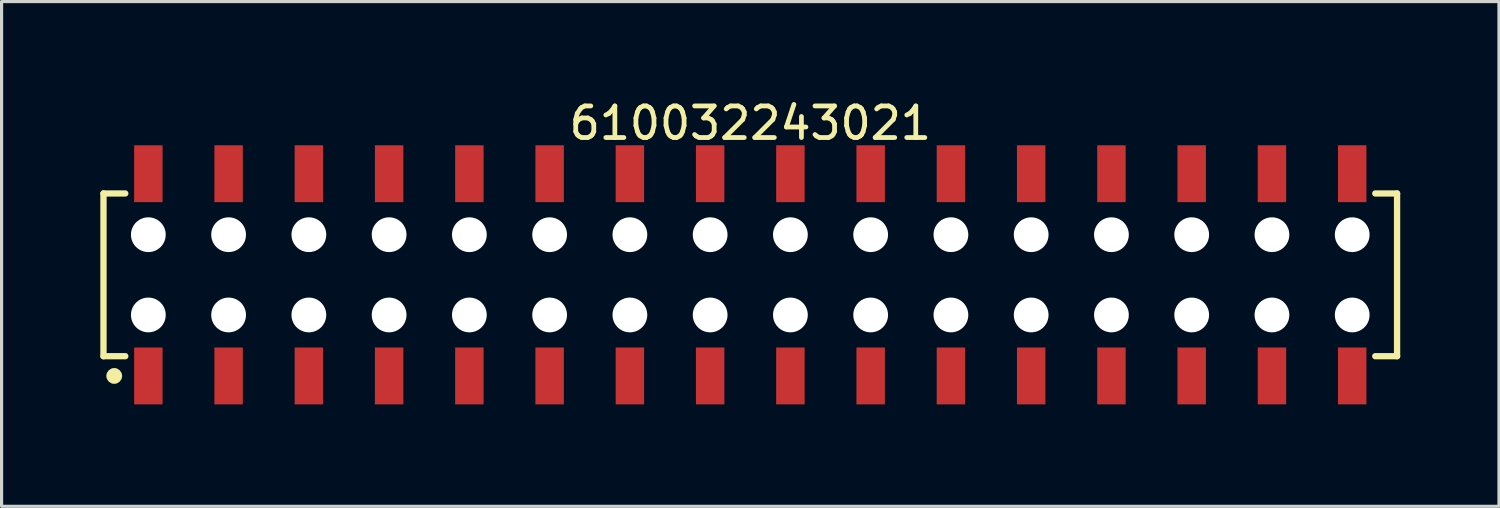
<source format=kicad_pcb>
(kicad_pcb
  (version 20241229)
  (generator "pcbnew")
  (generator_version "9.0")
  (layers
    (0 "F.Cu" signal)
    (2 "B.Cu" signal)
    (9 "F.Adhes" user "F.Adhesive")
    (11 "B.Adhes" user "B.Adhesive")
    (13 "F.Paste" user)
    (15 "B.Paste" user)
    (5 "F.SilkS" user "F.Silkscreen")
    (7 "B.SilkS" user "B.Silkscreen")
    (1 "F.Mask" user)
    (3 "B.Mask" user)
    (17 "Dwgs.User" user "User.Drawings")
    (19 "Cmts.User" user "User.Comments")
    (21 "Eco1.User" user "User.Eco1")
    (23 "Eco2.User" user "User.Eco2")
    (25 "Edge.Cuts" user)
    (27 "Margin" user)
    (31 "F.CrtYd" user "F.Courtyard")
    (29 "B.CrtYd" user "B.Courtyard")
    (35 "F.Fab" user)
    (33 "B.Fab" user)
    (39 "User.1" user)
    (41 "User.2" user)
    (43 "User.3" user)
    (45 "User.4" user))
  (footprint "610032243021"
    (layer "F.Cu")
    (at 20.695 5.648)
    (property "Reference" "610032243021" (at 0 -4.8 0) (layer "F.SilkS") (effects (font (size 1 1) (thickness 0.15))))
    (fp_line (start -20.47 -2.575) (end -19.78 -2.575) (stroke (width 0.2) (type solid)) (layer "F.SilkS"))
    (fp_line (start -20.47 2.575) (end -20.47 -2.575) (stroke (width 0.2) (type solid)) (layer "F.SilkS"))
    (fp_line (start -20.47 2.575) (end -19.78 2.575) (stroke (width 0.2) (type solid)) (layer "F.SilkS"))
    (fp_line (start 19.78 -2.575) (end 20.47 -2.575) (stroke (width 0.2) (type solid)) (layer "F.SilkS"))
    (fp_line (start 19.78 2.575) (end 20.47 2.575) (stroke (width 0.2) (type solid)) (layer "F.SilkS"))
    (fp_line (start 20.47 2.575) (end 20.47 -2.575) (stroke (width 0.2) (type solid)) (layer "F.SilkS"))
    (fp_circle (center -20.13 3.2) (end -20.13 3.075) (stroke (width 0.25) (type solid)) (fill no) (layer "F.SilkS"))
    (fp_line (start -20.67 -4.3) (end 20.67 -4.3) (stroke (width 0.05) (type solid)) (layer "Eco2.User"))
    (fp_line (start -20.67 4.3) (end -20.67 -4.3) (stroke (width 0.05) (type solid)) (layer "Eco2.User"))
    (fp_line (start -20.67 4.3) (end 20.67 4.3) (stroke (width 0.05) (type solid)) (layer "Eco2.User"))
    (fp_line (start -20.32 -2.5) (end 20.32 -2.5) (stroke (width 0.1) (type solid)) (layer "Eco2.User"))
    (fp_line (start -20.32 2.5) (end -20.32 -2.5) (stroke (width 0.1) (type solid)) (layer "Eco2.User"))
    (fp_line (start -20.32 2.5) (end 20.32 2.5) (stroke (width 0.1) (type solid)) (layer "Eco2.User"))
    (fp_line (start -19.3 -3.6) (end -18.8 -3.6) (stroke (width 0.1) (type solid)) (layer "Eco2.User"))
    (fp_line (start -19.3 -2.5) (end -19.3 -3.6) (stroke (width 0.1) (type solid)) (layer "Eco2.User"))
    (fp_line (start -19.3 3.6) (end -19.3 2.5) (stroke (width 0.1) (type solid)) (layer "Eco2.User"))
    (fp_line (start -19.3 3.6) (end -18.8 3.6) (stroke (width 0.1) (type solid)) (layer "Eco2.User"))
    (fp_line (start -18.8 -2.5) (end -18.8 -3.6) (stroke (width 0.1) (type solid)) (layer "Eco2.User"))
    (fp_line (start -18.8 3.6) (end -18.8 2.5) (stroke (width 0.1) (type solid)) (layer "Eco2.User"))
    (fp_line (start -16.76 -3.6) (end -16.26 -3.6) (stroke (width 0.1) (type solid)) (layer "Eco2.User"))
    (fp_line (start -16.76 -2.5) (end -16.76 -3.6) (stroke (width 0.1) (type solid)) (layer "Eco2.User"))
    (fp_line (start -16.76 3.6) (end -16.76 2.5) (stroke (width 0.1) (type solid)) (layer "Eco2.User"))
    (fp_line (start -16.76 3.6) (end -16.26 3.6) (stroke (width 0.1) (type solid)) (layer "Eco2.User"))
    (fp_line (start -16.26 -2.5) (end -16.26 -3.6) (stroke (width 0.1) (type solid)) (layer "Eco2.User"))
    (fp_line (start -16.26 3.6) (end -16.26 2.5) (stroke (width 0.1) (type solid)) (layer "Eco2.User"))
    (fp_line (start -14.22 -3.6) (end -13.72 -3.6) (stroke (width 0.1) (type solid)) (layer "Eco2.User"))
    (fp_line (start -14.22 -2.5) (end -14.22 -3.6) (stroke (width 0.1) (type solid)) (layer "Eco2.User"))
    (fp_line (start -14.22 3.6) (end -14.22 2.5) (stroke (width 0.1) (type solid)) (layer "Eco2.User"))
    (fp_line (start -14.22 3.6) (end -13.72 3.6) (stroke (width 0.1) (type solid)) (layer "Eco2.User"))
    (fp_line (start -13.72 -2.5) (end -13.72 -3.6) (stroke (width 0.1) (type solid)) (layer "Eco2.User"))
    (fp_line (start -13.72 3.6) (end -13.72 2.5) (stroke (width 0.1) (type solid)) (layer "Eco2.User"))
    (fp_line (start -11.68 -3.6) (end -11.18 -3.6) (stroke (width 0.1) (type solid)) (layer "Eco2.User"))
    (fp_line (start -11.68 -2.5) (end -11.68 -3.6) (stroke (width 0.1) (type solid)) (layer "Eco2.User"))
    (fp_line (start -11.68 3.6) (end -11.68 2.5) (stroke (width 0.1) (type solid)) (layer "Eco2.User"))
    (fp_line (start -11.68 3.6) (end -11.18 3.6) (stroke (width 0.1) (type solid)) (layer "Eco2.User"))
    (fp_line (start -11.18 -2.5) (end -11.18 -3.6) (stroke (width 0.1) (type solid)) (layer "Eco2.User"))
    (fp_line (start -11.18 3.6) (end -11.18 2.5) (stroke (width 0.1) (type solid)) (layer "Eco2.User"))
    (fp_line (start -9.14 -3.6) (end -8.64 -3.6) (stroke (width 0.1) (type solid)) (layer "Eco2.User"))
    (fp_line (start -9.14 -2.5) (end -9.14 -3.6) (stroke (width 0.1) (type solid)) (layer "Eco2.User"))
    (fp_line (start -9.14 3.6) (end -9.14 2.5) (stroke (width 0.1) (type solid)) (layer "Eco2.User"))
    (fp_line (start -9.14 3.6) (end -8.64 3.6) (stroke (width 0.1) (type solid)) (layer "Eco2.User"))
    (fp_line (start -8.64 -2.5) (end -8.64 -3.6) (stroke (width 0.1) (type solid)) (layer "Eco2.User"))
    (fp_line (start -8.64 3.6) (end -8.64 2.5) (stroke (width 0.1) (type solid)) (layer "Eco2.User"))
    (fp_line (start -6.6 -3.6) (end -6.1 -3.6) (stroke (width 0.1) (type solid)) (layer "Eco2.User"))
    (fp_line (start -6.6 -2.5) (end -6.6 -3.6) (stroke (width 0.1) (type solid)) (layer "Eco2.User"))
    (fp_line (start -6.6 3.6) (end -6.6 2.5) (stroke (width 0.1) (type solid)) (layer "Eco2.User"))
    (fp_line (start -6.6 3.6) (end -6.1 3.6) (stroke (width 0.1) (type solid)) (layer "Eco2.User"))
    (fp_line (start -6.1 -2.5) (end -6.1 -3.6) (stroke (width 0.1) (type solid)) (layer "Eco2.User"))
    (fp_line (start -6.1 3.6) (end -6.1 2.5) (stroke (width 0.1) (type solid)) (layer "Eco2.User"))
    (fp_line (start -4.06 -3.6) (end -3.56 -3.6) (stroke (width 0.1) (type solid)) (layer "Eco2.User"))
    (fp_line (start -4.06 -2.5) (end -4.06 -3.6) (stroke (width 0.1) (type solid)) (layer "Eco2.User"))
    (fp_line (start -4.06 3.6) (end -4.06 2.5) (stroke (width 0.1) (type solid)) (layer "Eco2.User"))
    (fp_line (start -4.06 3.6) (end -3.56 3.6) (stroke (width 0.1) (type solid)) (layer "Eco2.User"))
    (fp_line (start -3.56 -2.5) (end -3.56 -3.6) (stroke (width 0.1) (type solid)) (layer "Eco2.User"))
    (fp_line (start -3.56 3.6) (end -3.56 2.5) (stroke (width 0.1) (type solid)) (layer "Eco2.User"))
    (fp_line (start -1.52 -3.6) (end -1.02 -3.6) (stroke (width 0.1) (type solid)) (layer "Eco2.User"))
    (fp_line (start -1.52 -2.5) (end -1.52 -3.6) (stroke (width 0.1) (type solid)) (layer "Eco2.User"))
    (fp_line (start -1.52 3.6) (end -1.52 2.5) (stroke (width 0.1) (type solid)) (layer "Eco2.User"))
    (fp_line (start -1.52 3.6) (end -1.02 3.6) (stroke (width 0.1) (type solid)) (layer "Eco2.User"))
    (fp_line (start -1.02 -2.5) (end -1.02 -3.6) (stroke (width 0.1) (type solid)) (layer "Eco2.User"))
    (fp_line (start -1.02 3.6) (end -1.02 2.5) (stroke (width 0.1) (type solid)) (layer "Eco2.User"))
    (fp_line (start -0.5 0) (end 0.5 0) (stroke (width 0.05) (type solid)) (layer "Eco2.User"))
    (fp_line (start 0 0.5) (end 0 -0.5) (stroke (width 0.05) (type solid)) (layer "Eco2.User"))
    (fp_line (start 1.02 -3.6) (end 1.52 -3.6) (stroke (width 0.1) (type solid)) (layer "Eco2.User"))
    (fp_line (start 1.02 -2.5) (end 1.02 -3.6) (stroke (width 0.1) (type solid)) (layer "Eco2.User"))
    (fp_line (start 1.02 3.6) (end 1.02 2.5) (stroke (width 0.1) (type solid)) (layer "Eco2.User"))
    (fp_line (start 1.02 3.6) (end 1.52 3.6) (stroke (width 0.1) (type solid)) (layer "Eco2.User"))
    (fp_line (start 1.52 -2.5) (end 1.52 -3.6) (stroke (width 0.1) (type solid)) (layer "Eco2.User"))
    (fp_line (start 1.52 3.6) (end 1.52 2.5) (stroke (width 0.1) (type solid)) (layer "Eco2.User"))
    (fp_line (start 3.56 -3.6) (end 4.06 -3.6) (stroke (width 0.1) (type solid)) (layer "Eco2.User"))
    (fp_line (start 3.56 -2.5) (end 3.56 -3.6) (stroke (width 0.1) (type solid)) (layer "Eco2.User"))
    (fp_line (start 3.56 3.6) (end 3.56 2.5) (stroke (width 0.1) (type solid)) (layer "Eco2.User"))
    (fp_line (start 3.56 3.6) (end 4.06 3.6) (stroke (width 0.1) (type solid)) (layer "Eco2.User"))
    (fp_line (start 4.06 -2.5) (end 4.06 -3.6) (stroke (width 0.1) (type solid)) (layer "Eco2.User"))
    (fp_line (start 4.06 3.6) (end 4.06 2.5) (stroke (width 0.1) (type solid)) (layer "Eco2.User"))
    (fp_line (start 6.1 -3.6) (end 6.6 -3.6) (stroke (width 0.1) (type solid)) (layer "Eco2.User"))
    (fp_line (start 6.1 -2.5) (end 6.1 -3.6) (stroke (width 0.1) (type solid)) (layer "Eco2.User"))
    (fp_line (start 6.1 3.6) (end 6.1 2.5) (stroke (width 0.1) (type solid)) (layer "Eco2.User"))
    (fp_line (start 6.1 3.6) (end 6.6 3.6) (stroke (width 0.1) (type solid)) (layer "Eco2.User"))
    (fp_line (start 6.6 -2.5) (end 6.6 -3.6) (stroke (width 0.1) (type solid)) (layer "Eco2.User"))
    (fp_line (start 6.6 3.6) (end 6.6 2.5) (stroke (width 0.1) (type solid)) (layer "Eco2.User"))
    (fp_line (start 8.64 -3.6) (end 9.14 -3.6) (stroke (width 0.1) (type solid)) (layer "Eco2.User"))
    (fp_line (start 8.64 -2.5) (end 8.64 -3.6) (stroke (width 0.1) (type solid)) (layer "Eco2.User"))
    (fp_line (start 8.64 3.6) (end 8.64 2.5) (stroke (width 0.1) (type solid)) (layer "Eco2.User"))
    (fp_line (start 8.64 3.6) (end 9.14 3.6) (stroke (width 0.1) (type solid)) (layer "Eco2.User"))
    (fp_line (start 9.14 -2.5) (end 9.14 -3.6) (stroke (width 0.1) (type solid)) (layer "Eco2.User"))
    (fp_line (start 9.14 3.6) (end 9.14 2.5) (stroke (width 0.1) (type solid)) (layer "Eco2.User"))
    (fp_line (start 11.18 -3.6) (end 11.68 -3.6) (stroke (width 0.1) (type solid)) (layer "Eco2.User"))
    (fp_line (start 11.18 -2.5) (end 11.18 -3.6) (stroke (width 0.1) (type solid)) (layer "Eco2.User"))
    (fp_line (start 11.18 3.6) (end 11.18 2.5) (stroke (width 0.1) (type solid)) (layer "Eco2.User"))
    (fp_line (start 11.18 3.6) (end 11.68 3.6) (stroke (width 0.1) (type solid)) (layer "Eco2.User"))
    (fp_line (start 11.68 -2.5) (end 11.68 -3.6) (stroke (width 0.1) (type solid)) (layer "Eco2.User"))
    (fp_line (start 11.68 3.6) (end 11.68 2.5) (stroke (width 0.1) (type solid)) (layer "Eco2.User"))
    (fp_line (start 13.72 -3.6) (end 14.22 -3.6) (stroke (width 0.1) (type solid)) (layer "Eco2.User"))
    (fp_line (start 13.72 -2.5) (end 13.72 -3.6) (stroke (width 0.1) (type solid)) (layer "Eco2.User"))
    (fp_line (start 13.72 3.6) (end 13.72 2.5) (stroke (width 0.1) (type solid)) (layer "Eco2.User"))
    (fp_line (start 13.72 3.6) (end 14.22 3.6) (stroke (width 0.1) (type solid)) (layer "Eco2.User"))
    (fp_line (start 14.22 -2.5) (end 14.22 -3.6) (stroke (width 0.1) (type solid)) (layer "Eco2.User"))
    (fp_line (start 14.22 3.6) (end 14.22 2.5) (stroke (width 0.1) (type solid)) (layer "Eco2.User"))
    (fp_line (start 16.26 -3.6) (end 16.76 -3.6) (stroke (width 0.1) (type solid)) (layer "Eco2.User"))
    (fp_line (start 16.26 -2.5) (end 16.26 -3.6) (stroke (width 0.1) (type solid)) (layer "Eco2.User"))
    (fp_line (start 16.26 3.6) (end 16.26 2.5) (stroke (width 0.1) (type solid)) (layer "Eco2.User"))
    (fp_line (start 16.26 3.6) (end 16.76 3.6) (stroke (width 0.1) (type solid)) (layer "Eco2.User"))
    (fp_line (start 16.76 -2.5) (end 16.76 -3.6) (stroke (width 0.1) (type solid)) (layer "Eco2.User"))
    (fp_line (start 16.76 3.6) (end 16.76 2.5) (stroke (width 0.1) (type solid)) (layer "Eco2.User"))
    (fp_line (start 18.8 -3.6) (end 19.3 -3.6) (stroke (width 0.1) (type solid)) (layer "Eco2.User"))
    (fp_line (start 18.8 -2.5) (end 18.8 -3.6) (stroke (width 0.1) (type solid)) (layer "Eco2.User"))
    (fp_line (start 18.8 3.6) (end 18.8 2.5) (stroke (width 0.1) (type solid)) (layer "Eco2.User"))
    (fp_line (start 18.8 3.6) (end 19.3 3.6) (stroke (width 0.1) (type solid)) (layer "Eco2.User"))
    (fp_line (start 19.3 -2.5) (end 19.3 -3.6) (stroke (width 0.1) (type solid)) (layer "Eco2.User"))
    (fp_line (start 19.3 3.6) (end 19.3 2.5) (stroke (width 0.1) (type solid)) (layer "Eco2.User"))
    (fp_line (start 20.32 2.5) (end 20.32 -2.5) (stroke (width 0.1) (type solid)) (layer "Eco2.User"))
    (fp_line (start 20.67 4.3) (end 20.67 -4.3) (stroke (width 0.05) (type solid)) (layer "Eco2.User"))
    (fp_text user "${REFERENCE}" (at 0.15 -0.197 0) (unlocked yes) (layer "User.3") (effects (font (size 1.5 1.5) (thickness 0.15))))
    (pad "" np_thru_hole circle (at -19.05 -1.27) (size 1.1 1.1) (drill 1.1) (layers "*.Cu" "*.Mask"))
    (pad "" np_thru_hole circle (at -19.05 1.27) (size 1.1 1.1) (drill 1.1) (layers "*.Cu" "*.Mask"))
    (pad "" np_thru_hole circle (at -16.51 -1.27) (size 1.1 1.1) (drill 1.1) (layers "*.Cu" "*.Mask"))
    (pad "" np_thru_hole circle (at -16.51 1.27) (size 1.1 1.1) (drill 1.1) (layers "*.Cu" "*.Mask"))
    (pad "" np_thru_hole circle (at -13.97 -1.27) (size 1.1 1.1) (drill 1.1) (layers "*.Cu" "*.Mask"))
    (pad "" np_thru_hole circle (at -13.97 1.27) (size 1.1 1.1) (drill 1.1) (layers "*.Cu" "*.Mask"))
    (pad "" np_thru_hole circle (at -11.43 -1.27) (size 1.1 1.1) (drill 1.1) (layers "*.Cu" "*.Mask"))
    (pad "" np_thru_hole circle (at -11.43 1.27) (size 1.1 1.1) (drill 1.1) (layers "*.Cu" "*.Mask"))
    (pad "" np_thru_hole circle (at -8.89 -1.27) (size 1.1 1.1) (drill 1.1) (layers "*.Cu" "*.Mask"))
    (pad "" np_thru_hole circle (at -8.89 1.27) (size 1.1 1.1) (drill 1.1) (layers "*.Cu" "*.Mask"))
    (pad "" np_thru_hole circle (at -6.35 -1.27) (size 1.1 1.1) (drill 1.1) (layers "*.Cu" "*.Mask"))
    (pad "" np_thru_hole circle (at -6.35 1.27) (size 1.1 1.1) (drill 1.1) (layers "*.Cu" "*.Mask"))
    (pad "" np_thru_hole circle (at -3.81 -1.27) (size 1.1 1.1) (drill 1.1) (layers "*.Cu" "*.Mask"))
    (pad "" np_thru_hole circle (at -3.81 1.27) (size 1.1 1.1) (drill 1.1) (layers "*.Cu" "*.Mask"))
    (pad "" np_thru_hole circle (at -1.27 -1.27) (size 1.1 1.1) (drill 1.1) (layers "*.Cu" "*.Mask"))
    (pad "" np_thru_hole circle (at -1.27 1.27) (size 1.1 1.1) (drill 1.1) (layers "*.Cu" "*.Mask"))
    (pad "" np_thru_hole circle (at 1.27 -1.27) (size 1.1 1.1) (drill 1.1) (layers "*.Cu" "*.Mask"))
    (pad "" np_thru_hole circle (at 1.27 1.27) (size 1.1 1.1) (drill 1.1) (layers "*.Cu" "*.Mask"))
    (pad "" np_thru_hole circle (at 3.81 -1.27) (size 1.1 1.1) (drill 1.1) (layers "*.Cu" "*.Mask"))
    (pad "" np_thru_hole circle (at 3.81 1.27) (size 1.1 1.1) (drill 1.1) (layers "*.Cu" "*.Mask"))
    (pad "" np_thru_hole circle (at 6.35 -1.27) (size 1.1 1.1) (drill 1.1) (layers "*.Cu" "*.Mask"))
    (pad "" np_thru_hole circle (at 6.35 1.27) (size 1.1 1.1) (drill 1.1) (layers "*.Cu" "*.Mask"))
    (pad "" np_thru_hole circle (at 8.89 -1.27) (size 1.1 1.1) (drill 1.1) (layers "*.Cu" "*.Mask"))
    (pad "" np_thru_hole circle (at 8.89 1.27) (size 1.1 1.1) (drill 1.1) (layers "*.Cu" "*.Mask"))
    (pad "" np_thru_hole circle (at 11.43 -1.27) (size 1.1 1.1) (drill 1.1) (layers "*.Cu" "*.Mask"))
    (pad "" np_thru_hole circle (at 11.43 1.27) (size 1.1 1.1) (drill 1.1) (layers "*.Cu" "*.Mask"))
    (pad "" np_thru_hole circle (at 13.97 -1.27) (size 1.1 1.1) (drill 1.1) (layers "*.Cu" "*.Mask"))
    (pad "" np_thru_hole circle (at 13.97 1.27) (size 1.1 1.1) (drill 1.1) (layers "*.Cu" "*.Mask"))
    (pad "" np_thru_hole circle (at 16.51 -1.27) (size 1.1 1.1) (drill 1.1) (layers "*.Cu" "*.Mask"))
    (pad "" np_thru_hole circle (at 16.51 1.27) (size 1.1 1.1) (drill 1.1) (layers "*.Cu" "*.Mask"))
    (pad "" np_thru_hole circle (at 19.05 -1.27) (size 1.1 1.1) (drill 1.1) (layers "*.Cu" "*.Mask"))
    (pad "" np_thru_hole circle (at 19.05 1.27) (size 1.1 1.1) (drill 1.1) (layers "*.Cu" "*.Mask"))
    (pad "1" smd rect (at -19.05 3.2) (size 0.9 1.8) (layers "F.Cu" "F.Mask" "F.Paste"))
    (pad "2" smd rect (at -19.05 -3.2) (size 0.9 1.8) (layers "F.Cu" "F.Mask" "F.Paste"))
    (pad "3" smd rect (at -16.51 3.2) (size 0.9 1.8) (layers "F.Cu" "F.Mask" "F.Paste"))
    (pad "4" smd rect (at -16.51 -3.2) (size 0.9 1.8) (layers "F.Cu" "F.Mask" "F.Paste"))
    (pad "5" smd rect (at -13.97 3.2) (size 0.9 1.8) (layers "F.Cu" "F.Mask" "F.Paste"))
    (pad "6" smd rect (at -13.97 -3.2) (size 0.9 1.8) (layers "F.Cu" "F.Mask" "F.Paste"))
    (pad "7" smd rect (at -11.43 3.2) (size 0.9 1.8) (layers "F.Cu" "F.Mask" "F.Paste"))
    (pad "8" smd rect (at -11.43 -3.2) (size 0.9 1.8) (layers "F.Cu" "F.Mask" "F.Paste"))
    (pad "9" smd rect (at -8.89 3.2) (size 0.9 1.8) (layers "F.Cu" "F.Mask" "F.Paste"))
    (pad "10" smd rect (at -8.89 -3.2) (size 0.9 1.8) (layers "F.Cu" "F.Mask" "F.Paste"))
    (pad "11" smd rect (at -6.35 3.2) (size 0.9 1.8) (layers "F.Cu" "F.Mask" "F.Paste"))
    (pad "12" smd rect (at -6.35 -3.2) (size 0.9 1.8) (layers "F.Cu" "F.Mask" "F.Paste"))
    (pad "13" smd rect (at -3.81 3.2) (size 0.9 1.8) (layers "F.Cu" "F.Mask" "F.Paste"))
    (pad "14" smd rect (at -3.81 -3.2) (size 0.9 1.8) (layers "F.Cu" "F.Mask" "F.Paste"))
    (pad "15" smd rect (at -1.27 3.2) (size 0.9 1.8) (layers "F.Cu" "F.Mask" "F.Paste"))
    (pad "16" smd rect (at -1.27 -3.2) (size 0.9 1.8) (layers "F.Cu" "F.Mask" "F.Paste"))
    (pad "17" smd rect (at 1.27 3.2) (size 0.9 1.8) (layers "F.Cu" "F.Mask" "F.Paste"))
    (pad "18" smd rect (at 1.27 -3.2) (size 0.9 1.8) (layers "F.Cu" "F.Mask" "F.Paste"))
    (pad "19" smd rect (at 3.81 3.2) (size 0.9 1.8) (layers "F.Cu" "F.Mask" "F.Paste"))
    (pad "20" smd rect (at 3.81 -3.2) (size 0.9 1.8) (layers "F.Cu" "F.Mask" "F.Paste"))
    (pad "21" smd rect (at 6.35 3.2) (size 0.9 1.8) (layers "F.Cu" "F.Mask" "F.Paste"))
    (pad "22" smd rect (at 6.35 -3.2) (size 0.9 1.8) (layers "F.Cu" "F.Mask" "F.Paste"))
    (pad "23" smd rect (at 8.89 3.2) (size 0.9 1.8) (layers "F.Cu" "F.Mask" "F.Paste"))
    (pad "24" smd rect (at 8.89 -3.2) (size 0.9 1.8) (layers "F.Cu" "F.Mask" "F.Paste"))
    (pad "25" smd rect (at 11.43 3.2) (size 0.9 1.8) (layers "F.Cu" "F.Mask" "F.Paste"))
    (pad "26" smd rect (at 11.43 -3.2) (size 0.9 1.8) (layers "F.Cu" "F.Mask" "F.Paste"))
    (pad "27" smd rect (at 13.97 3.2) (size 0.9 1.8) (layers "F.Cu" "F.Mask" "F.Paste"))
    (pad "28" smd rect (at 13.97 -3.2) (size 0.9 1.8) (layers "F.Cu" "F.Mask" "F.Paste"))
    (pad "29" smd rect (at 16.51 3.2) (size 0.9 1.8) (layers "F.Cu" "F.Mask" "F.Paste"))
    (pad "30" smd rect (at 16.51 -3.2) (size 0.9 1.8) (layers "F.Cu" "F.Mask" "F.Paste"))
    (pad "31" smd rect (at 19.05 3.2) (size 0.9 1.8) (layers "F.Cu" "F.Mask" "F.Paste"))
    (pad "32" smd rect (at 19.05 -3.2) (size 0.9 1.8) (layers "F.Cu" "F.Mask" "F.Paste")))
  (gr_rect
    (start -3 -3)
    (end 44.39 12.973)
    (stroke (width 0.1) (type default))
    (fill no)
    (layer "Edge.Cuts")))
</source>
